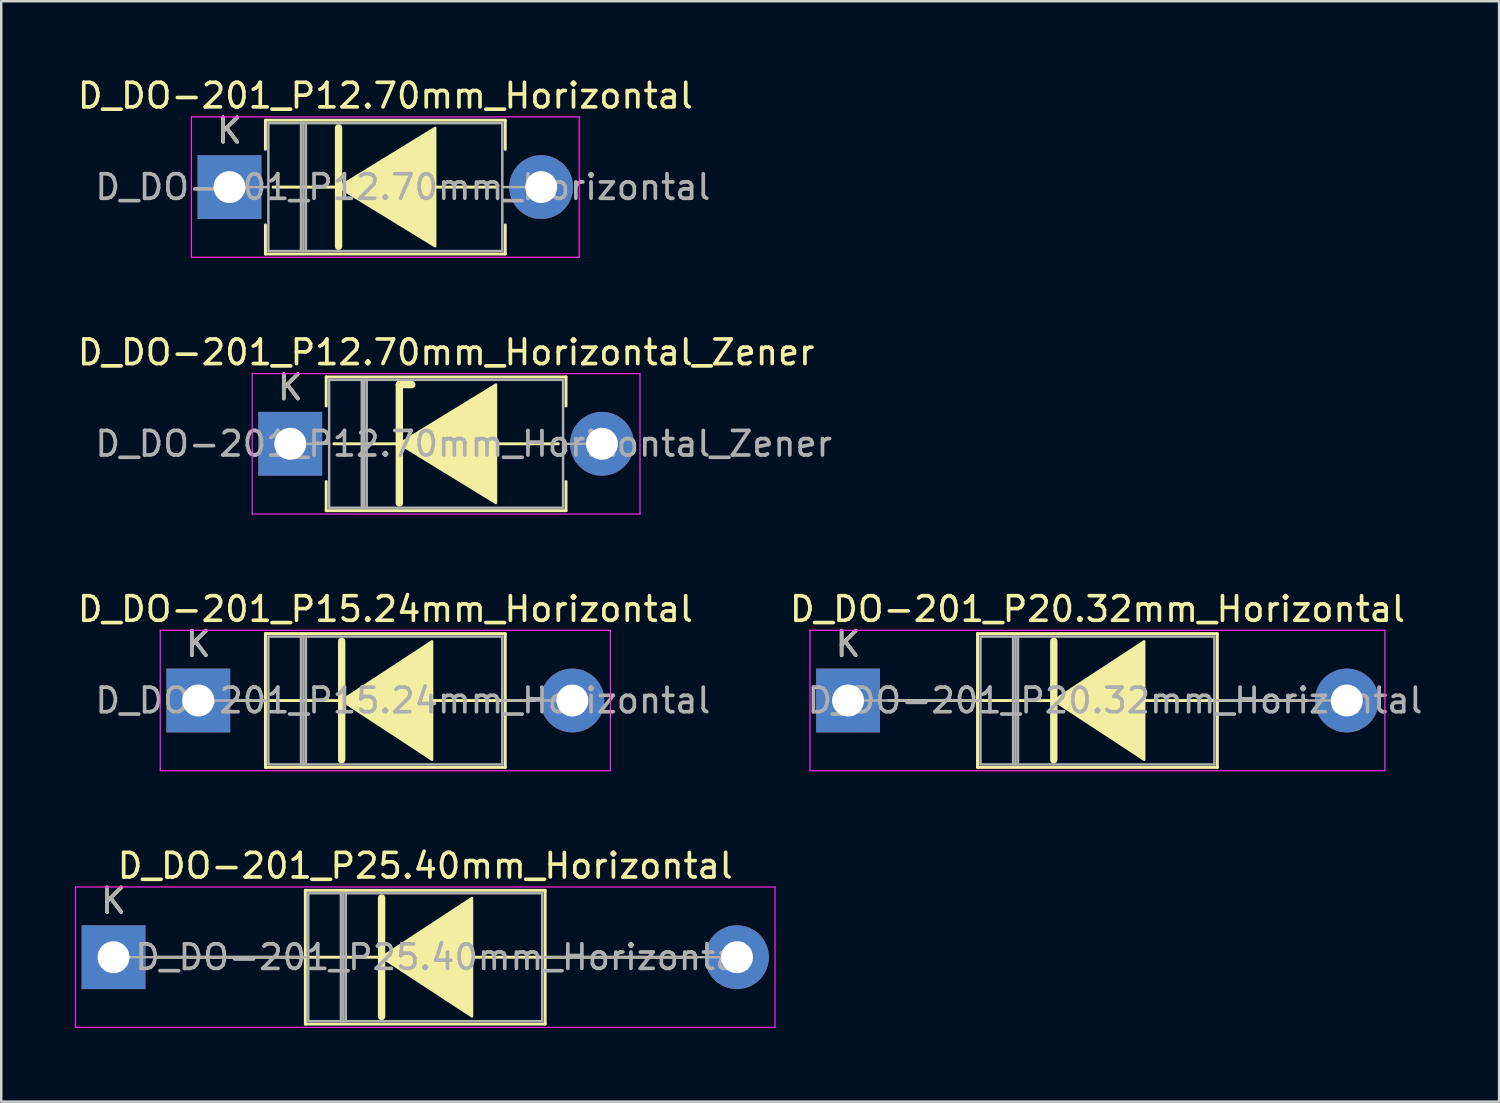
<source format=kicad_pcb>
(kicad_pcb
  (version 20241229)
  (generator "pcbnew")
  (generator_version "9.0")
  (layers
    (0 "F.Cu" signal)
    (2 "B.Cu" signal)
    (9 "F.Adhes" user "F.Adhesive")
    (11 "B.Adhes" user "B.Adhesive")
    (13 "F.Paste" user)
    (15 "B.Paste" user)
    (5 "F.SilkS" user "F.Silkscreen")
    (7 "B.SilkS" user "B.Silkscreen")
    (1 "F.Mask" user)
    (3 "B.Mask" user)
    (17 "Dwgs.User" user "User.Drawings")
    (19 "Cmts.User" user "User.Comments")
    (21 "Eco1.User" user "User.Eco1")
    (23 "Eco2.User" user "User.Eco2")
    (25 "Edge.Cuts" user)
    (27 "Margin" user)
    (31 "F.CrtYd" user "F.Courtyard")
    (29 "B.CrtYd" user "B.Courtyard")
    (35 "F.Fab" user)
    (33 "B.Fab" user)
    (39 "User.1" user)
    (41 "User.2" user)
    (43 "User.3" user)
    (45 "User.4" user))
  (footprint "D_DO-201_P15.24mm_Horizontal"
    (layer "F.Cu")
    (at 5.029 25.49)
    (property "Reference" "D_DO-201_P15.24mm_Horizontal" (at 7.62 -3.725 0) (layer "F.SilkS") (effects (font (size 1 1) (thickness 0.15))))
    (attr through_hole)
    (fp_line (start 1.54 0) (end 2.735 0) (stroke (width 0.12) (type solid)) (layer "F.SilkS"))
    (fp_line (start 2.735 -2.725) (end 2.735 2.725) (stroke (width 0.12) (type solid)) (layer "F.SilkS"))
    (fp_line (start 2.735 2.725) (end 12.505 2.725) (stroke (width 0.12) (type solid)) (layer "F.SilkS"))
    (fp_line (start 5.842 -2.413) (end 5.842 2.413) (stroke (width 0.3) (type solid)) (layer "F.SilkS"))
    (fp_line (start 5.842 0) (end 2.735 0) (stroke (width 0.12) (type solid)) (layer "F.SilkS"))
    (fp_line (start 9.525 0) (end 12.505 0) (stroke (width 0.12) (type solid)) (layer "F.SilkS"))
    (fp_line (start 12.505 -2.725) (end 2.735 -2.725) (stroke (width 0.12) (type solid)) (layer "F.SilkS"))
    (fp_line (start 12.505 2.725) (end 12.505 -2.725) (stroke (width 0.12) (type solid)) (layer "F.SilkS"))
    (fp_line (start 13.7 0) (end 12.505 0) (stroke (width 0.12) (type solid)) (layer "F.SilkS"))
    (fp_poly (pts (xy 9.525 2.413) (xy 5.842 0) (xy 9.525 -2.413)) (stroke (width 0.1) (type solid)) (fill yes) (layer "F.SilkS"))
    (fp_line (start -1.55 -2.86) (end -1.55 2.86) (stroke (width 0.05) (type solid)) (layer "F.CrtYd"))
    (fp_line (start -1.55 2.86) (end 16.79 2.86) (stroke (width 0.05) (type solid)) (layer "F.CrtYd"))
    (fp_line (start 16.79 -2.86) (end -1.55 -2.86) (stroke (width 0.05) (type solid)) (layer "F.CrtYd"))
    (fp_line (start 16.79 2.86) (end 16.79 -2.86) (stroke (width 0.05) (type solid)) (layer "F.CrtYd"))
    (fp_line (start 0 0) (end 2.855 0) (stroke (width 0.1) (type solid)) (layer "F.Fab"))
    (fp_line (start 2.855 -2.605) (end 2.855 2.605) (stroke (width 0.1) (type solid)) (layer "F.Fab"))
    (fp_line (start 2.855 2.605) (end 12.385 2.605) (stroke (width 0.1) (type solid)) (layer "F.Fab"))
    (fp_line (start 4.184 -2.605) (end 4.184 2.605) (stroke (width 0.1) (type solid)) (layer "F.Fab"))
    (fp_line (start 4.285 -2.605) (end 4.285 2.605) (stroke (width 0.1) (type solid)) (layer "F.Fab"))
    (fp_line (start 4.385 -2.605) (end 4.385 2.605) (stroke (width 0.1) (type solid)) (layer "F.Fab"))
    (fp_line (start 12.385 -2.605) (end 2.855 -2.605) (stroke (width 0.1) (type solid)) (layer "F.Fab"))
    (fp_line (start 12.385 2.605) (end 12.385 -2.605) (stroke (width 0.1) (type solid)) (layer "F.Fab"))
    (fp_line (start 15.24 0) (end 12.385 0) (stroke (width 0.1) (type solid)) (layer "F.Fab"))
    (fp_text user "K" (at 0 -2.3 0) (layer "F.SilkS") (effects (font (size 1 1) (thickness 0.15))))
    (fp_text user "${REFERENCE}" (at 8.335 0 0) (layer "F.Fab") (effects (font (size 1 1) (thickness 0.15))))
    (fp_text user "K" (at 0 -2.3 0) (layer "F.Fab") (effects (font (size 1 1) (thickness 0.15))))
    (pad "1" thru_hole rect (at 0 0) (size 2.6 2.6) (drill 1.3) (layers "*.Cu" "*.Mask"))
    (pad "2" thru_hole oval (at 15.24 0) (size 2.6 2.6) (drill 1.3) (layers "*.Cu" "*.Mask")))
  (footprint "D_DO-201_P12.70mm_Horizontal_Zener"
    (layer "F.Cu")
    (at 8.775 15.031)
    (property "Reference" "D_DO-201_P12.70mm_Horizontal_Zener" (at 6.35 -3.725 0) (layer "F.SilkS") (effects (font (size 1 1) (thickness 0.15))))
    (attr through_hole)
    (fp_line (start 1.465 -2.725) (end 11.235 -2.725) (stroke (width 0.12) (type solid)) (layer "F.SilkS"))
    (fp_line (start 1.465 -1.54) (end 1.465 -2.725) (stroke (width 0.12) (type solid)) (layer "F.SilkS"))
    (fp_line (start 1.465 1.54) (end 1.465 2.725) (stroke (width 0.12) (type solid)) (layer "F.SilkS"))
    (fp_line (start 1.465 2.725) (end 11.235 2.725) (stroke (width 0.12) (type solid)) (layer "F.SilkS"))
    (fp_line (start 4.445 -2.413) (end 4.445 2.413) (stroke (width 0.3) (type solid)) (layer "F.SilkS"))
    (fp_line (start 4.445 -2.413) (end 4.953 -2.413) (stroke (width 0.3) (type solid)) (layer "F.SilkS"))
    (fp_line (start 4.572 0) (end 1.778 0) (stroke (width 0.12) (type solid)) (layer "F.SilkS"))
    (fp_line (start 8.255 0) (end 10.922 0) (stroke (width 0.12) (type solid)) (layer "F.SilkS"))
    (fp_line (start 11.235 -2.725) (end 11.235 -1.54) (stroke (width 0.12) (type solid)) (layer "F.SilkS"))
    (fp_line (start 11.235 2.725) (end 11.235 1.54) (stroke (width 0.12) (type solid)) (layer "F.SilkS"))
    (fp_poly (pts (xy 8.382 2.413) (xy 4.445 0) (xy 8.382 -2.413)) (stroke (width 0.1) (type solid)) (fill yes) (layer "F.SilkS"))
    (fp_line (start -1.55 -2.86) (end -1.55 2.86) (stroke (width 0.05) (type solid)) (layer "F.CrtYd"))
    (fp_line (start -1.55 2.86) (end 14.25 2.86) (stroke (width 0.05) (type solid)) (layer "F.CrtYd"))
    (fp_line (start 14.25 -2.86) (end -1.55 -2.86) (stroke (width 0.05) (type solid)) (layer "F.CrtYd"))
    (fp_line (start 14.25 2.86) (end 14.25 -2.86) (stroke (width 0.05) (type solid)) (layer "F.CrtYd"))
    (fp_line (start 0 0) (end 1.585 0) (stroke (width 0.1) (type solid)) (layer "F.Fab"))
    (fp_line (start 1.585 -2.605) (end 1.585 2.605) (stroke (width 0.1) (type solid)) (layer "F.Fab"))
    (fp_line (start 1.585 2.605) (end 11.115 2.605) (stroke (width 0.1) (type solid)) (layer "F.Fab"))
    (fp_line (start 2.914 -2.605) (end 2.914 2.605) (stroke (width 0.1) (type solid)) (layer "F.Fab"))
    (fp_line (start 3.014 -2.605) (end 3.014 2.605) (stroke (width 0.1) (type solid)) (layer "F.Fab"))
    (fp_line (start 3.115 -2.605) (end 3.115 2.605) (stroke (width 0.1) (type solid)) (layer "F.Fab"))
    (fp_line (start 11.115 -2.605) (end 1.585 -2.605) (stroke (width 0.1) (type solid)) (layer "F.Fab"))
    (fp_line (start 11.115 2.605) (end 11.115 -2.605) (stroke (width 0.1) (type solid)) (layer "F.Fab"))
    (fp_line (start 12.7 0) (end 11.115 0) (stroke (width 0.1) (type solid)) (layer "F.Fab"))
    (fp_text user "K" (at 0 -2.3 0) (layer "F.SilkS") (effects (font (size 1 1) (thickness 0.15))))
    (fp_text user "K" (at 0 -2.3 0) (layer "F.Fab") (effects (font (size 1 1) (thickness 0.15))))
    (fp_text user "${REFERENCE}" (at 7.065 0 0) (layer "F.Fab") (effects (font (size 1 1) (thickness 0.15))))
    (pad "1" thru_hole rect (at 0 0) (size 2.6 2.6) (drill 1.3) (layers "*.Cu" "*.Mask"))
    (pad "2" thru_hole oval (at 12.7 0) (size 2.6 2.6) (drill 1.3) (layers "*.Cu" "*.Mask")))
  (footprint "D_DO-201_P20.32mm_Horizontal"
    (layer "F.Cu")
    (at 31.501 25.49)
    (property "Reference" "D_DO-201_P20.32mm_Horizontal" (at 10.16 -3.725 0) (layer "F.SilkS") (effects (font (size 1 1) (thickness 0.15))))
    (attr through_hole)
    (fp_line (start 1.651 0) (end 5.275 0) (stroke (width 0.12) (type solid)) (layer "F.SilkS"))
    (fp_line (start 5.275 -2.725) (end 5.275 2.725) (stroke (width 0.12) (type solid)) (layer "F.SilkS"))
    (fp_line (start 5.275 2.725) (end 15.045 2.725) (stroke (width 0.12) (type solid)) (layer "F.SilkS"))
    (fp_line (start 8.382 -2.413) (end 8.382 2.413) (stroke (width 0.3) (type solid)) (layer "F.SilkS"))
    (fp_line (start 8.382 0) (end 5.275 0) (stroke (width 0.12) (type solid)) (layer "F.SilkS"))
    (fp_line (start 12.065 0) (end 15.045 0) (stroke (width 0.12) (type solid)) (layer "F.SilkS"))
    (fp_line (start 15.045 -2.725) (end 5.275 -2.725) (stroke (width 0.12) (type solid)) (layer "F.SilkS"))
    (fp_line (start 15.045 2.725) (end 15.045 -2.725) (stroke (width 0.12) (type solid)) (layer "F.SilkS"))
    (fp_line (start 18.669 0) (end 15.045 0) (stroke (width 0.12) (type solid)) (layer "F.SilkS"))
    (fp_poly (pts (xy 12.065 2.413) (xy 8.382 0) (xy 12.065 -2.413)) (stroke (width 0.1) (type solid)) (fill yes) (layer "F.SilkS"))
    (fp_line (start -1.55 -2.86) (end -1.55 2.86) (stroke (width 0.05) (type solid)) (layer "F.CrtYd"))
    (fp_line (start -1.55 2.86) (end 21.87 2.86) (stroke (width 0.05) (type solid)) (layer "F.CrtYd"))
    (fp_line (start 21.87 -2.86) (end -1.55 -2.86) (stroke (width 0.05) (type solid)) (layer "F.CrtYd"))
    (fp_line (start 21.87 2.86) (end 21.87 -2.86) (stroke (width 0.05) (type solid)) (layer "F.CrtYd"))
    (fp_line (start 0 0) (end 5.395 0) (stroke (width 0.1) (type solid)) (layer "F.Fab"))
    (fp_line (start 5.395 -2.605) (end 5.395 2.605) (stroke (width 0.1) (type solid)) (layer "F.Fab"))
    (fp_line (start 5.395 2.605) (end 14.925 2.605) (stroke (width 0.1) (type solid)) (layer "F.Fab"))
    (fp_line (start 6.724 -2.605) (end 6.724 2.605) (stroke (width 0.1) (type solid)) (layer "F.Fab"))
    (fp_line (start 6.824 -2.605) (end 6.824 2.605) (stroke (width 0.1) (type solid)) (layer "F.Fab"))
    (fp_line (start 6.925 -2.605) (end 6.925 2.605) (stroke (width 0.1) (type solid)) (layer "F.Fab"))
    (fp_line (start 14.925 -2.605) (end 5.395 -2.605) (stroke (width 0.1) (type solid)) (layer "F.Fab"))
    (fp_line (start 14.925 2.605) (end 14.925 -2.605) (stroke (width 0.1) (type solid)) (layer "F.Fab"))
    (fp_line (start 20.32 0) (end 14.925 0) (stroke (width 0.1) (type solid)) (layer "F.Fab"))
    (fp_text user "K" (at 0 -2.3 0) (layer "F.SilkS") (effects (font (size 1 1) (thickness 0.15))))
    (fp_text user "${REFERENCE}" (at 10.875 0 0) (layer "F.Fab") (effects (font (size 1 1) (thickness 0.15))))
    (fp_text user "K" (at 0 -2.3 0) (layer "F.Fab") (effects (font (size 1 1) (thickness 0.15))))
    (pad "1" thru_hole rect (at 0 0) (size 2.6 2.6) (drill 1.3) (layers "*.Cu" "*.Mask"))
    (pad "2" thru_hole oval (at 20.32 0) (size 2.6 2.6) (drill 1.3) (layers "*.Cu" "*.Mask")))
  (footprint "D_DO-201_P25.40mm_Horizontal"
    (layer "F.Cu")
    (at 1.575 35.948)
    (property "Reference" "D_DO-201_P25.40mm_Horizontal" (at 12.7 -3.725 0) (layer "F.SilkS") (effects (font (size 1 1) (thickness 0.15))))
    (attr through_hole)
    (fp_line (start 1.651 0) (end 7.815 0) (stroke (width 0.12) (type solid)) (layer "F.SilkS"))
    (fp_line (start 7.815 -2.725) (end 7.815 2.725) (stroke (width 0.12) (type solid)) (layer "F.SilkS"))
    (fp_line (start 7.815 2.725) (end 17.585 2.725) (stroke (width 0.12) (type solid)) (layer "F.SilkS"))
    (fp_line (start 10.922 -2.413) (end 10.922 2.413) (stroke (width 0.3) (type solid)) (layer "F.SilkS"))
    (fp_line (start 10.922 0) (end 7.815 0) (stroke (width 0.12) (type solid)) (layer "F.SilkS"))
    (fp_line (start 14.605 0) (end 17.585 0) (stroke (width 0.12) (type solid)) (layer "F.SilkS"))
    (fp_line (start 17.585 -2.725) (end 7.815 -2.725) (stroke (width 0.12) (type solid)) (layer "F.SilkS"))
    (fp_line (start 17.585 2.725) (end 17.585 -2.725) (stroke (width 0.12) (type solid)) (layer "F.SilkS"))
    (fp_line (start 23.749 0) (end 17.585 0) (stroke (width 0.12) (type solid)) (layer "F.SilkS"))
    (fp_poly (pts (xy 14.605 2.413) (xy 10.922 0) (xy 14.605 -2.413)) (stroke (width 0.1) (type solid)) (fill yes) (layer "F.SilkS"))
    (fp_line (start -1.55 -2.86) (end -1.55 2.86) (stroke (width 0.05) (type solid)) (layer "F.CrtYd"))
    (fp_line (start -1.55 2.86) (end 26.95 2.86) (stroke (width 0.05) (type solid)) (layer "F.CrtYd"))
    (fp_line (start 26.95 -2.86) (end -1.55 -2.86) (stroke (width 0.05) (type solid)) (layer "F.CrtYd"))
    (fp_line (start 26.95 2.86) (end 26.95 -2.86) (stroke (width 0.05) (type solid)) (layer "F.CrtYd"))
    (fp_line (start 0 0) (end 7.935 0) (stroke (width 0.1) (type solid)) (layer "F.Fab"))
    (fp_line (start 7.935 -2.605) (end 7.935 2.605) (stroke (width 0.1) (type solid)) (layer "F.Fab"))
    (fp_line (start 7.935 2.605) (end 17.465 2.605) (stroke (width 0.1) (type solid)) (layer "F.Fab"))
    (fp_line (start 9.264 -2.605) (end 9.264 2.605) (stroke (width 0.1) (type solid)) (layer "F.Fab"))
    (fp_line (start 9.364 -2.605) (end 9.364 2.605) (stroke (width 0.1) (type solid)) (layer "F.Fab"))
    (fp_line (start 9.464 -2.605) (end 9.464 2.605) (stroke (width 0.1) (type solid)) (layer "F.Fab"))
    (fp_line (start 17.465 -2.605) (end 7.935 -2.605) (stroke (width 0.1) (type solid)) (layer "F.Fab"))
    (fp_line (start 17.465 2.605) (end 17.465 -2.605) (stroke (width 0.1) (type solid)) (layer "F.Fab"))
    (fp_line (start 25.4 0) (end 17.465 0) (stroke (width 0.1) (type solid)) (layer "F.Fab"))
    (fp_text user "K" (at 0 -2.3 0) (layer "F.SilkS") (effects (font (size 1 1) (thickness 0.15))))
    (fp_text user "K" (at 0 -2.3 0) (layer "F.Fab") (effects (font (size 1 1) (thickness 0.15))))
    (fp_text user "${REFERENCE}" (at 13.415 0 0) (layer "F.Fab") (effects (font (size 1 1) (thickness 0.15))))
    (pad "1" thru_hole rect (at 0 0) (size 2.6 2.6) (drill 1.3) (layers "*.Cu" "*.Mask"))
    (pad "2" thru_hole oval (at 25.4 0) (size 2.6 2.6) (drill 1.3) (layers "*.Cu" "*.Mask")))
  (footprint "D_DO-201_P12.70mm_Horizontal"
    (layer "F.Cu")
    (at 6.299 4.573)
    (property "Reference" "D_DO-201_P12.70mm_Horizontal" (at 6.35 -3.725 0) (layer "F.SilkS") (effects (font (size 1 1) (thickness 0.15))))
    (attr through_hole)
    (fp_line (start 1.465 -2.725) (end 11.235 -2.725) (stroke (width 0.12) (type solid)) (layer "F.SilkS"))
    (fp_line (start 1.465 -1.54) (end 1.465 -2.725) (stroke (width 0.12) (type solid)) (layer "F.SilkS"))
    (fp_line (start 1.465 1.54) (end 1.465 2.725) (stroke (width 0.12) (type solid)) (layer "F.SilkS"))
    (fp_line (start 1.465 2.725) (end 11.235 2.725) (stroke (width 0.12) (type solid)) (layer "F.SilkS"))
    (fp_line (start 4.445 -2.413) (end 4.445 2.413) (stroke (width 0.3) (type solid)) (layer "F.SilkS"))
    (fp_line (start 4.572 0) (end 1.778 0) (stroke (width 0.12) (type solid)) (layer "F.SilkS"))
    (fp_line (start 8.255 0) (end 10.922 0) (stroke (width 0.12) (type solid)) (layer "F.SilkS"))
    (fp_line (start 11.235 -2.725) (end 11.235 -1.54) (stroke (width 0.12) (type solid)) (layer "F.SilkS"))
    (fp_line (start 11.235 2.725) (end 11.235 1.54) (stroke (width 0.12) (type solid)) (layer "F.SilkS"))
    (fp_poly (pts (xy 8.382 2.413) (xy 4.445 0) (xy 8.382 -2.413)) (stroke (width 0.1) (type solid)) (fill yes) (layer "F.SilkS"))
    (fp_line (start -1.55 -2.86) (end -1.55 2.86) (stroke (width 0.05) (type solid)) (layer "F.CrtYd"))
    (fp_line (start -1.55 2.86) (end 14.25 2.86) (stroke (width 0.05) (type solid)) (layer "F.CrtYd"))
    (fp_line (start 14.25 -2.86) (end -1.55 -2.86) (stroke (width 0.05) (type solid)) (layer "F.CrtYd"))
    (fp_line (start 14.25 2.86) (end 14.25 -2.86) (stroke (width 0.05) (type solid)) (layer "F.CrtYd"))
    (fp_line (start 0 0) (end 1.585 0) (stroke (width 0.1) (type solid)) (layer "F.Fab"))
    (fp_line (start 1.585 -2.605) (end 1.585 2.605) (stroke (width 0.1) (type solid)) (layer "F.Fab"))
    (fp_line (start 1.585 2.605) (end 11.115 2.605) (stroke (width 0.1) (type solid)) (layer "F.Fab"))
    (fp_line (start 2.914 -2.605) (end 2.914 2.605) (stroke (width 0.1) (type solid)) (layer "F.Fab"))
    (fp_line (start 3.014 -2.605) (end 3.014 2.605) (stroke (width 0.1) (type solid)) (layer "F.Fab"))
    (fp_line (start 3.115 -2.605) (end 3.115 2.605) (stroke (width 0.1) (type solid)) (layer "F.Fab"))
    (fp_line (start 11.115 -2.605) (end 1.585 -2.605) (stroke (width 0.1) (type solid)) (layer "F.Fab"))
    (fp_line (start 11.115 2.605) (end 11.115 -2.605) (stroke (width 0.1) (type solid)) (layer "F.Fab"))
    (fp_line (start 12.7 0) (end 11.115 0) (stroke (width 0.1) (type solid)) (layer "F.Fab"))
    (fp_text user "K" (at 0 -2.3 0) (layer "F.SilkS") (effects (font (size 1 1) (thickness 0.15))))
    (fp_text user "${REFERENCE}" (at 7.065 0 0) (layer "F.Fab") (effects (font (size 1 1) (thickness 0.15))))
    (fp_text user "K" (at 0 -2.3 0) (layer "F.Fab") (effects (font (size 1 1) (thickness 0.15))))
    (pad "1" thru_hole rect (at 0 0) (size 2.6 2.6) (drill 1.3) (layers "*.Cu" "*.Mask"))
    (pad "2" thru_hole oval (at 12.7 0) (size 2.6 2.6) (drill 1.3) (layers "*.Cu" "*.Mask")))
  (gr_rect
    (start -3 -3)
    (end 58.025 41.833)
    (stroke (width 0.1) (type default))
    (fill no)
    (layer "Edge.Cuts")))
</source>
